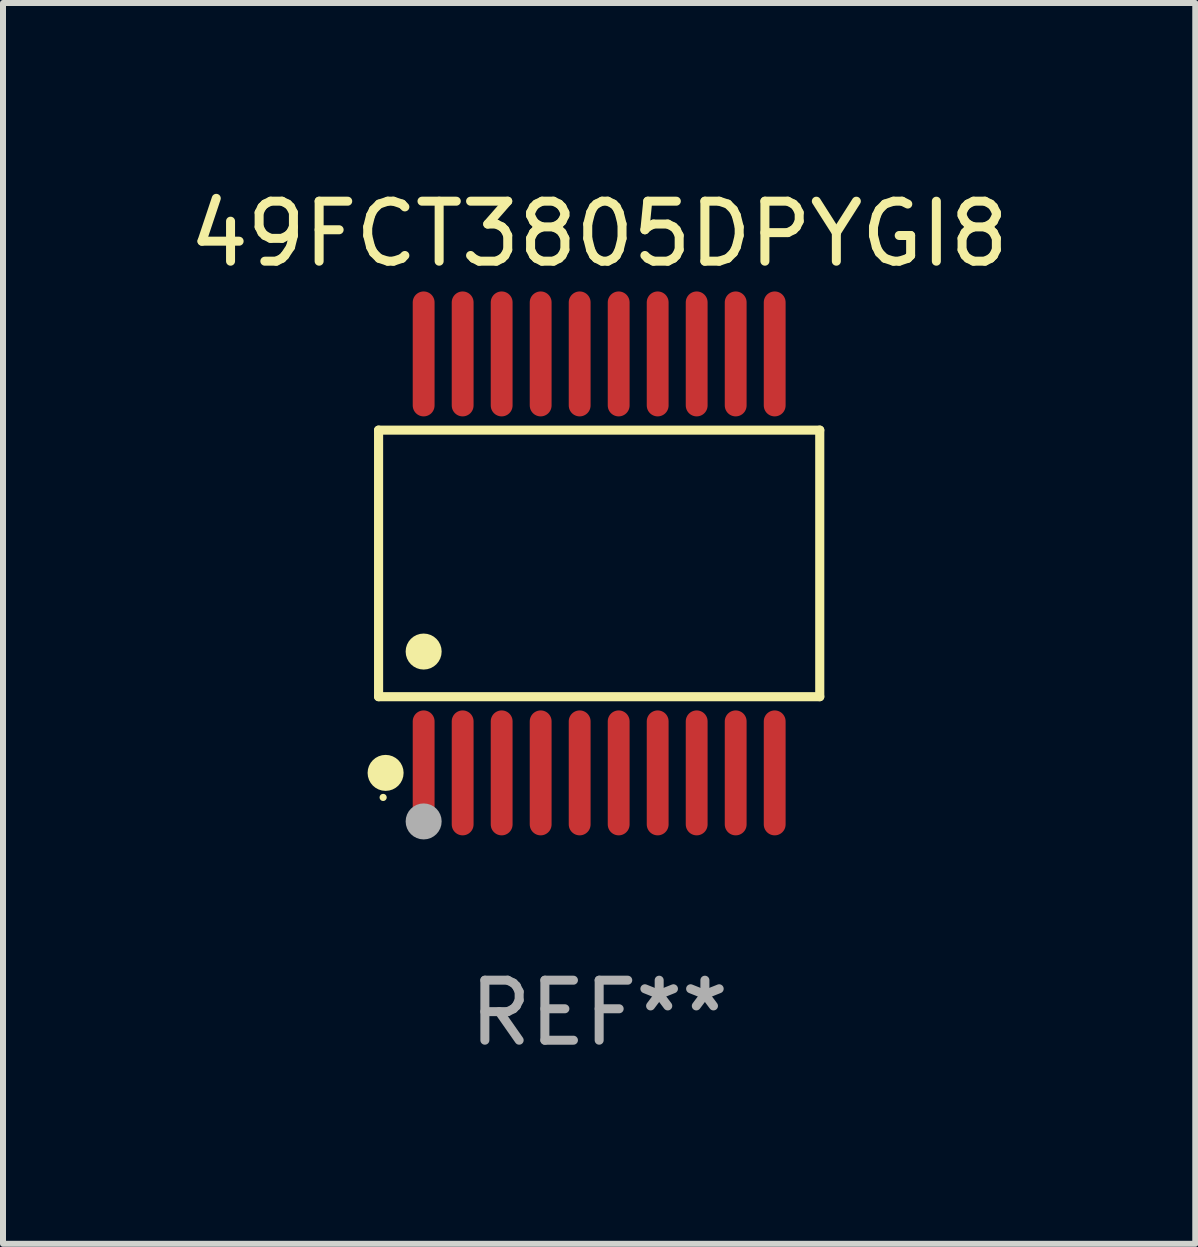
<source format=kicad_pcb>
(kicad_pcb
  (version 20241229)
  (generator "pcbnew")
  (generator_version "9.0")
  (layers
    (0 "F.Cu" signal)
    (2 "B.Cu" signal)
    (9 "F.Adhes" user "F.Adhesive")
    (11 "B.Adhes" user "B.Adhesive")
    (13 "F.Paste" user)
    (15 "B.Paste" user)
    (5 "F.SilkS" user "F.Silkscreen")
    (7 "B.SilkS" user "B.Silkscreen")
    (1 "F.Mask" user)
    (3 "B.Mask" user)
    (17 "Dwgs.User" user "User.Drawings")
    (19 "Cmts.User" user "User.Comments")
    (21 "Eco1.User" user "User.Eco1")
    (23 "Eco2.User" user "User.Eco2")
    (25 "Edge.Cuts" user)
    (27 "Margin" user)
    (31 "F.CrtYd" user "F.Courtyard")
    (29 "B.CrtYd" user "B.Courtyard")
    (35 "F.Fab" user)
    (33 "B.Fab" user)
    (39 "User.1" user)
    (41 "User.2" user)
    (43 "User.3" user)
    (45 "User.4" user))
  (footprint "49FCT3805DPYGI8"
    (layer "F.Cu")
    (at 6.935 6.339)
    (property "Reference" "49FCT3805DPYGI8" (at 0 -5.491 0) (layer "F.SilkS") (effects (font (size 1 1) (thickness 0.15))))
    (attr through_hole)
    (fp_line (start -3.676 -2.221) (end 3.676 -2.221) (stroke (width 0.152) (type solid)) (layer "F.SilkS"))
    (fp_line (start -3.676 2.221) (end -3.676 -2.221) (stroke (width 0.152) (type solid)) (layer "F.SilkS"))
    (fp_line (start 3.676 -2.221) (end 3.676 2.221) (stroke (width 0.152) (type solid)) (layer "F.SilkS"))
    (fp_line (start 3.676 2.221) (end -3.676 2.221) (stroke (width 0.152) (type solid)) (layer "F.SilkS"))
    (fp_circle (center -3.6 3.9) (end -3.57 3.9) (stroke (width 0.06) (type solid)) (fill no) (layer "F.SilkS"))
    (fp_circle (center -3.559 3.491) (end -3.409 3.491) (stroke (width 0.3) (type solid)) (fill no) (layer "F.SilkS"))
    (fp_circle (center -2.925 1.469) (end -2.775 1.469) (stroke (width 0.3) (type solid)) (fill no) (layer "F.SilkS"))
    (fp_circle (center -2.925 4.3) (end -2.775 4.3) (stroke (width 0.3) (type solid)) (fill no) (layer "F.Fab"))
    (fp_text user "REF**" (at 0 7.491 0) (layer "F.Fab") (effects (font (size 1 1) (thickness 0.15))))
    (pad "1" smd oval (at -2.925 3.491) (size 0.364 2.082) (layers "F.Cu" "F.Mask" "F.Paste"))
    (pad "2" smd oval (at -2.275 3.491) (size 0.364 2.082) (layers "F.Cu" "F.Mask" "F.Paste"))
    (pad "3" smd oval (at -1.625 3.491) (size 0.364 2.082) (layers "F.Cu" "F.Mask" "F.Paste"))
    (pad "4" smd oval (at -0.975 3.491) (size 0.364 2.082) (layers "F.Cu" "F.Mask" "F.Paste"))
    (pad "5" smd oval (at -0.325 3.491) (size 0.364 2.082) (layers "F.Cu" "F.Mask" "F.Paste"))
    (pad "6" smd oval (at 0.325 3.491) (size 0.364 2.082) (layers "F.Cu" "F.Mask" "F.Paste"))
    (pad "7" smd oval (at 0.975 3.491) (size 0.364 2.082) (layers "F.Cu" "F.Mask" "F.Paste"))
    (pad "8" smd oval (at 1.625 3.491) (size 0.364 2.082) (layers "F.Cu" "F.Mask" "F.Paste"))
    (pad "9" smd oval (at 2.275 3.491) (size 0.364 2.082) (layers "F.Cu" "F.Mask" "F.Paste"))
    (pad "10" smd oval (at 2.925 3.491) (size 0.364 2.082) (layers "F.Cu" "F.Mask" "F.Paste"))
    (pad "11" smd oval (at 2.925 -3.491) (size 0.364 2.082) (layers "F.Cu" "F.Mask" "F.Paste"))
    (pad "12" smd oval (at 2.275 -3.491) (size 0.364 2.082) (layers "F.Cu" "F.Mask" "F.Paste"))
    (pad "13" smd oval (at 1.625 -3.491) (size 0.364 2.082) (layers "F.Cu" "F.Mask" "F.Paste"))
    (pad "14" smd oval (at 0.975 -3.491) (size 0.364 2.082) (layers "F.Cu" "F.Mask" "F.Paste"))
    (pad "15" smd oval (at 0.325 -3.491) (size 0.364 2.082) (layers "F.Cu" "F.Mask" "F.Paste"))
    (pad "16" smd oval (at -0.325 -3.491) (size 0.364 2.082) (layers "F.Cu" "F.Mask" "F.Paste"))
    (pad "17" smd oval (at -0.975 -3.491) (size 0.364 2.082) (layers "F.Cu" "F.Mask" "F.Paste"))
    (pad "18" smd oval (at -1.625 -3.491) (size 0.364 2.082) (layers "F.Cu" "F.Mask" "F.Paste"))
    (pad "19" smd oval (at -2.275 -3.491) (size 0.364 2.082) (layers "F.Cu" "F.Mask" "F.Paste"))
    (pad "20" smd oval (at -2.925 -3.491) (size 0.364 2.082) (layers "F.Cu" "F.Mask" "F.Paste")))
  (gr_rect
    (start -3 -3)
    (end 16.869 17.678)
    (stroke (width 0.1) (type default))
    (fill no)
    (layer "Edge.Cuts")))
</source>
